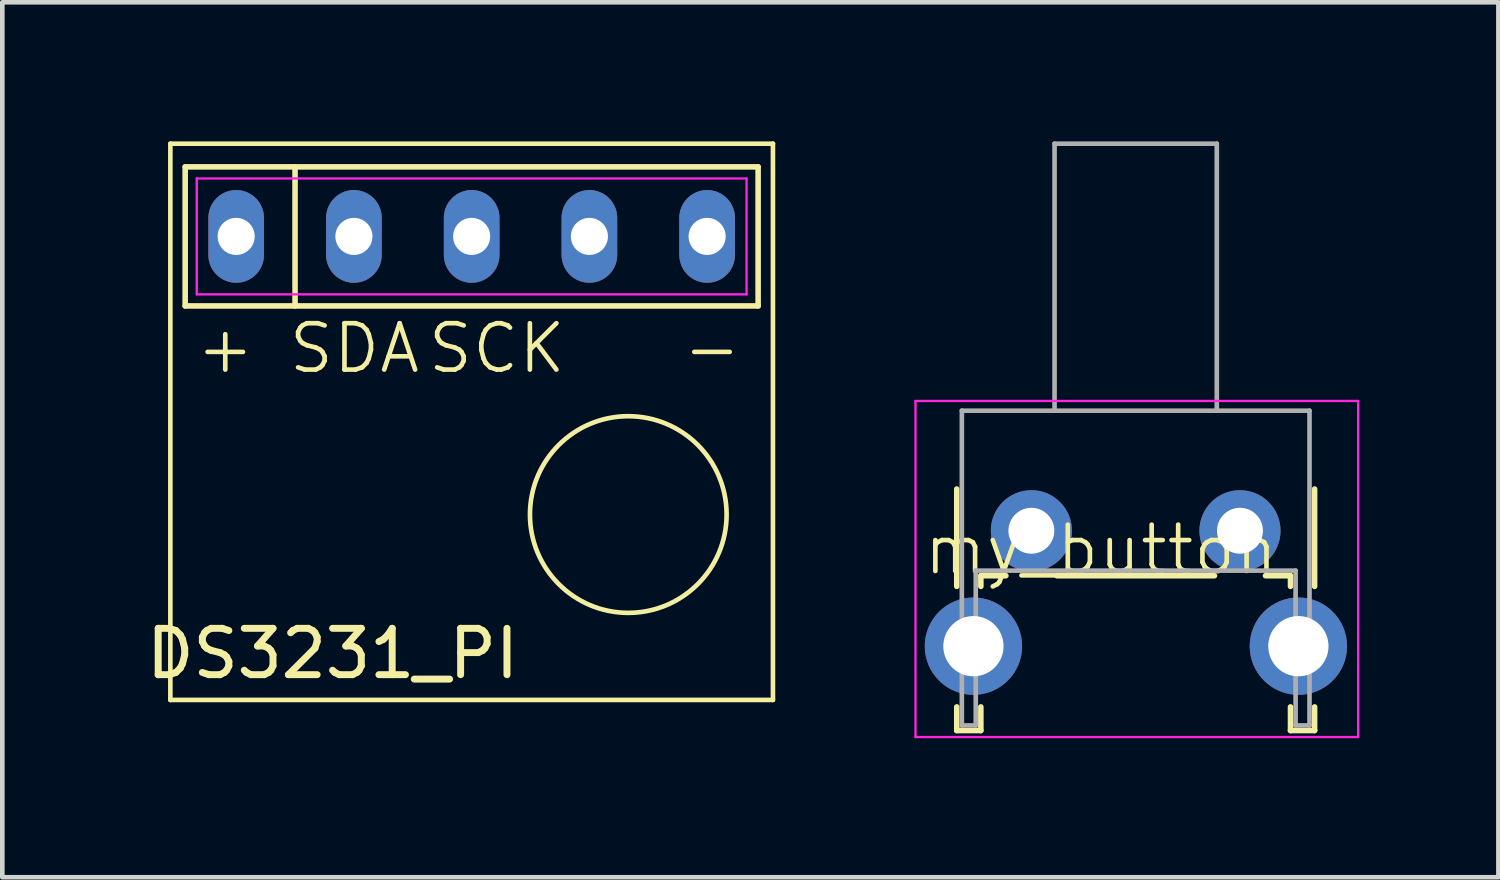
<source format=kicad_pcb>
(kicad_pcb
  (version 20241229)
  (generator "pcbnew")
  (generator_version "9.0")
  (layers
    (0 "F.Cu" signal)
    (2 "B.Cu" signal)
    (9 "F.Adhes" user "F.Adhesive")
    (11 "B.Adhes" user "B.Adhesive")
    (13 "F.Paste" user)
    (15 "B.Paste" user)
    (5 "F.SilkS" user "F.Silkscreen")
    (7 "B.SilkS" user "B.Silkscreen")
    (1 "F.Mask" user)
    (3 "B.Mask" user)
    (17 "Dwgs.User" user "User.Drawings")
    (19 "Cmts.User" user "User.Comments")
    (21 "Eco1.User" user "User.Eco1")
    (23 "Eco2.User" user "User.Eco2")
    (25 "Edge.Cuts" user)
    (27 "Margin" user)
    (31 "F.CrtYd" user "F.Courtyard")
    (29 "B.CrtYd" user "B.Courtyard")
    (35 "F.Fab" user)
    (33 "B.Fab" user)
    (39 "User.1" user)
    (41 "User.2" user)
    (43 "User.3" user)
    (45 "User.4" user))
  (footprint "DS3231_PI"
    (layer "F.Cu")
    (at 7.125 2.05)
    (property "Reference" "DS3231_PI" (at -3 9 0) (layer "F.SilkS") (effects (font (size 1 1) (thickness 0.15))))
    (attr through_hole)
    (fp_line (start -6.5 -2) (end 6.5 -2) (stroke (width 0.1) (type default)) (layer "F.SilkS"))
    (fp_line (start -6.5 10) (end -6.5 -2) (stroke (width 0.1) (type default)) (layer "F.SilkS"))
    (fp_line (start -6.18 -1.5) (end 6.18 -1.5) (stroke (width 0.12) (type default)) (layer "F.SilkS"))
    (fp_line (start -6.18 1.5) (end -6.18 -1.5) (stroke (width 0.12) (type default)) (layer "F.SilkS"))
    (fp_line (start -3.81 -1.5) (end -3.81 1.5) (stroke (width 0.12) (type default)) (layer "F.SilkS"))
    (fp_line (start 6.18 -1.5) (end 6.18 1.5) (stroke (width 0.12) (type default)) (layer "F.SilkS"))
    (fp_line (start 6.18 1.5) (end -6.18 1.5) (stroke (width 0.12) (type default)) (layer "F.SilkS"))
    (fp_line (start 6.5 -2) (end 6.5 10) (stroke (width 0.1) (type default)) (layer "F.SilkS"))
    (fp_line (start 6.5 10) (end -6.5 10) (stroke (width 0.1) (type default)) (layer "F.SilkS"))
    (fp_circle (center 3.379 6) (end 4.879 7.5) (stroke (width 0.1) (type default)) (fill no) (layer "F.SilkS"))
    (fp_line (start -5.93 -1.25) (end 5.93 -1.25) (stroke (width 0.05) (type default)) (layer "F.CrtYd"))
    (fp_line (start -5.93 1.25) (end -5.93 -1.25) (stroke (width 0.05) (type default)) (layer "F.CrtYd"))
    (fp_line (start 5.93 -1.25) (end 5.93 1.25) (stroke (width 0.05) (type default)) (layer "F.CrtYd"))
    (fp_line (start 5.93 1.25) (end -5.93 1.25) (stroke (width 0.05) (type default)) (layer "F.CrtYd"))
    (fp_text user "+" (at -6 3 0) (unlocked yes) (layer "F.SilkS") (effects (font (size 1 1) (thickness 0.1)) (justify left bottom)))
    (fp_text user "SCK" (at -1 3 0) (unlocked yes) (layer "F.SilkS") (effects (font (size 1 1) (thickness 0.1)) (justify left bottom)))
    (fp_text user "SDA" (at -4 3 0) (unlocked yes) (layer "F.SilkS") (effects (font (size 1 1) (thickness 0.1)) (justify left bottom)))
    (fp_text user "-" (at 4.5 3 0) (unlocked yes) (layer "F.SilkS") (effects (font (size 1 1) (thickness 0.1)) (justify left bottom)))
    (pad "1" thru_hole oval (at -5.08 0) (size 1.2 2) (drill 0.8) (layers "*.Cu" "*.Mask"))
    (pad "2" thru_hole oval (at -2.54 0) (size 1.2 2) (drill 0.8) (layers "*.Cu" "*.Mask"))
    (pad "3" thru_hole oval (at 0 0) (size 1.2 2) (drill 0.8) (layers "*.Cu" "*.Mask"))
    (pad "4" thru_hole oval (at 2.54 0) (size 1.2 2) (drill 0.8) (layers "*.Cu" "*.Mask"))
    (pad "5" thru_hole oval (at 5.08 0) (size 1.2 2) (drill 0.8) (layers "*.Cu" "*.Mask")))
  (footprint "my_button"
    (layer "F.Cu")
    (at 20.7 9.31)
    (property "Reference" "my_button" (at 0 -0.5 0) (unlocked yes) (layer "F.SilkS") (effects (font (size 1 1) (thickness 0.1))))
    (attr through_hole)
    (fp_line (start -3.11 -1.81) (end -3.11 0.29) (stroke (width 0.12) (type solid)) (layer "F.SilkS"))
    (fp_line (start -3.11 2.89) (end -3.11 3.4) (stroke (width 0.12) (type solid)) (layer "F.SilkS"))
    (fp_line (start -3.11 3.4) (end -2.59 3.4) (stroke (width 0.12) (type solid)) (layer "F.SilkS"))
    (fp_line (start -2.59 0.06) (end -2.59 0.29) (stroke (width 0.12) (type solid)) (layer "F.SilkS"))
    (fp_line (start -2.59 0.06) (end -2.05 0.06) (stroke (width 0.12) (type solid)) (layer "F.SilkS"))
    (fp_line (start -2.59 2.89) (end -2.59 3.4) (stroke (width 0.12) (type solid)) (layer "F.SilkS"))
    (fp_line (start -0.95 0.06) (end 2.45 0.06) (stroke (width 0.12) (type solid)) (layer "F.SilkS"))
    (fp_line (start 3.55 0.06) (end 4.09 0.06) (stroke (width 0.12) (type solid)) (layer "F.SilkS"))
    (fp_line (start 4.09 0.06) (end 4.09 0.29) (stroke (width 0.12) (type solid)) (layer "F.SilkS"))
    (fp_line (start 4.09 2.89) (end 4.09 3.4) (stroke (width 0.12) (type solid)) (layer "F.SilkS"))
    (fp_line (start 4.09 3.4) (end 4.61 3.4) (stroke (width 0.12) (type solid)) (layer "F.SilkS"))
    (fp_line (start 4.61 -1.81) (end 4.61 0.29) (stroke (width 0.12) (type solid)) (layer "F.SilkS"))
    (fp_line (start 4.61 2.89) (end 4.61 3.4) (stroke (width 0.12) (type solid)) (layer "F.SilkS"))
    (fp_line (start -4 -3.71) (end 5.55 -3.71) (stroke (width 0.05) (type solid)) (layer "F.CrtYd"))
    (fp_line (start -4 3.54) (end -4 -3.71) (stroke (width 0.05) (type solid)) (layer "F.CrtYd"))
    (fp_line (start 5.55 -3.71) (end 5.55 3.54) (stroke (width 0.05) (type solid)) (layer "F.CrtYd"))
    (fp_line (start 5.55 3.54) (end -4 3.54) (stroke (width 0.05) (type solid)) (layer "F.CrtYd"))
    (fp_line (start -3 -3.5) (end 4.5 -3.5) (stroke (width 0.1) (type solid)) (layer "F.Fab"))
    (fp_line (start -3 3.29) (end -3 -3.5) (stroke (width 0.1) (type solid)) (layer "F.Fab"))
    (fp_line (start -3 3.29) (end -2.7 3.29) (stroke (width 0.1) (type solid)) (layer "F.Fab"))
    (fp_line (start -2.7 -0.05) (end 4.2 -0.05) (stroke (width 0.1) (type solid)) (layer "F.Fab"))
    (fp_line (start -2.7 3.29) (end -2.7 -0.05) (stroke (width 0.1) (type solid)) (layer "F.Fab"))
    (fp_line (start -1 -9.26) (end -1 -3.5) (stroke (width 0.1) (type solid)) (layer "F.Fab"))
    (fp_line (start -1 -9.26) (end 2.5 -9.26) (stroke (width 0.1) (type solid)) (layer "F.Fab"))
    (fp_line (start 2.5 -9.26) (end 2.5 -3.5) (stroke (width 0.1) (type solid)) (layer "F.Fab"))
    (fp_line (start 4.2 3.29) (end 4.2 -0.05) (stroke (width 0.1) (type solid)) (layer "F.Fab"))
    (fp_line (start 4.2 3.29) (end 4.5 3.29) (stroke (width 0.1) (type solid)) (layer "F.Fab"))
    (fp_line (start 4.5 3.29) (end 4.5 -3.5) (stroke (width 0.1) (type solid)) (layer "F.Fab"))
    (pad "" thru_hole circle (at -2.75 1.58) (size 2.1 2.1) (drill 1.3) (layers "*.Cu" "*.Mask"))
    (pad "" thru_hole circle (at 4.26 1.58) (size 2.1 2.1) (drill 1.3) (layers "*.Cu" "*.Mask"))
    (pad "1" thru_hole circle (at -1.5 -0.91) (size 1.75 1.75) (drill 0.99) (layers "*.Cu" "*.Mask"))
    (pad "2" thru_hole circle (at 3 -0.91) (size 1.75 1.75) (drill 0.99) (layers "*.Cu" "*.Mask")))
  (gr_rect
    (start -3 -3)
    (end 29.275 15.875)
    (stroke (width 0.1) (type default))
    (fill no)
    (layer "Edge.Cuts")))
</source>
